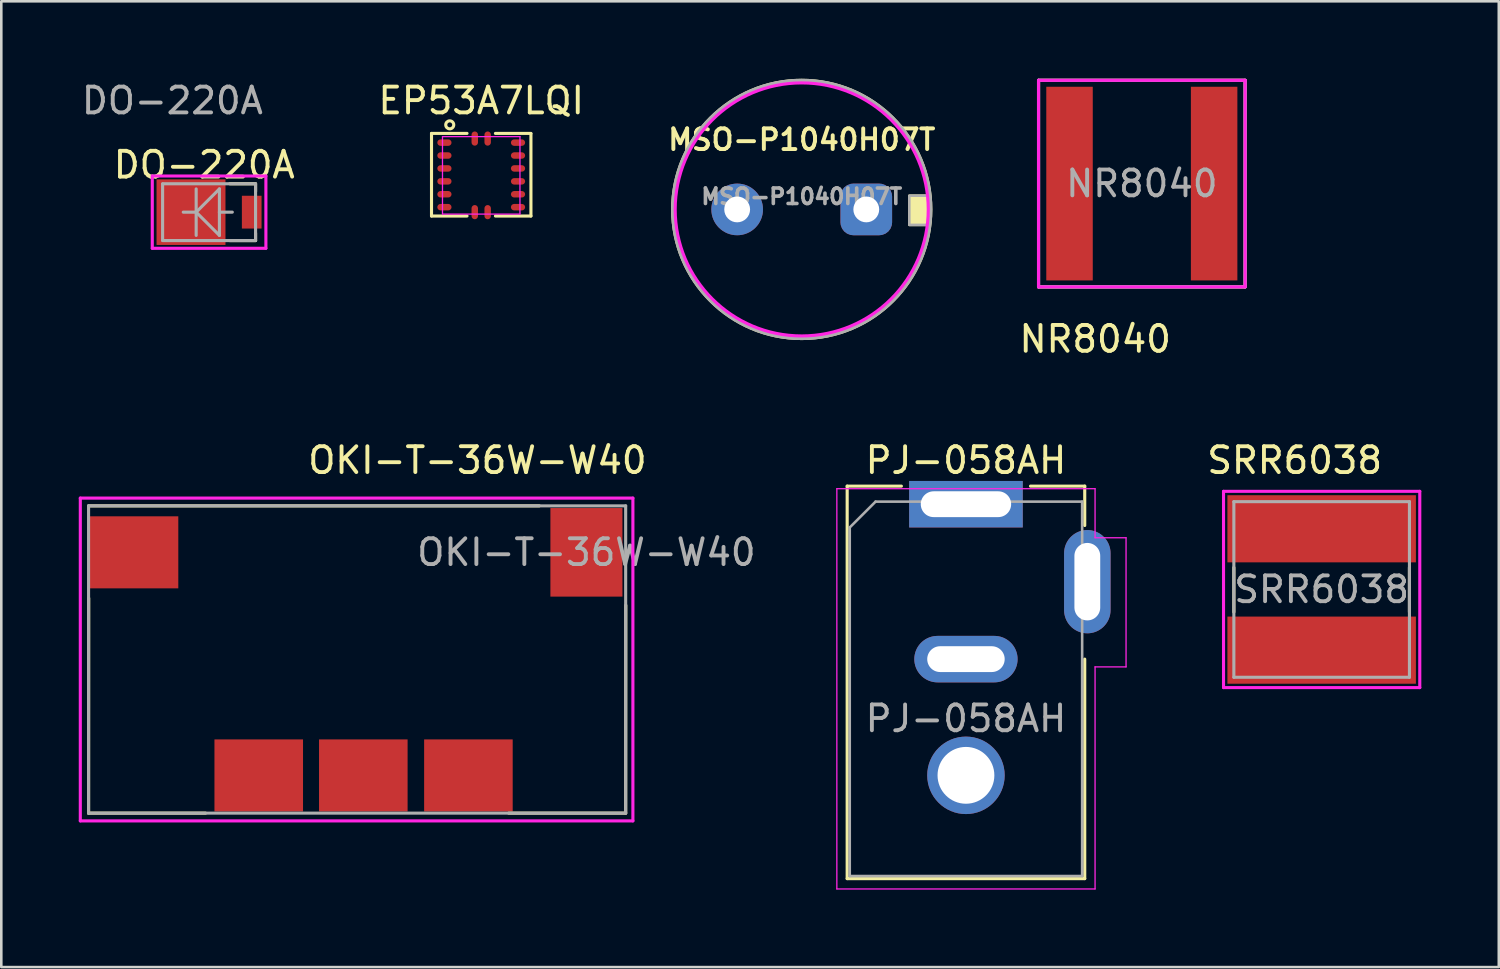
<source format=kicad_pcb>
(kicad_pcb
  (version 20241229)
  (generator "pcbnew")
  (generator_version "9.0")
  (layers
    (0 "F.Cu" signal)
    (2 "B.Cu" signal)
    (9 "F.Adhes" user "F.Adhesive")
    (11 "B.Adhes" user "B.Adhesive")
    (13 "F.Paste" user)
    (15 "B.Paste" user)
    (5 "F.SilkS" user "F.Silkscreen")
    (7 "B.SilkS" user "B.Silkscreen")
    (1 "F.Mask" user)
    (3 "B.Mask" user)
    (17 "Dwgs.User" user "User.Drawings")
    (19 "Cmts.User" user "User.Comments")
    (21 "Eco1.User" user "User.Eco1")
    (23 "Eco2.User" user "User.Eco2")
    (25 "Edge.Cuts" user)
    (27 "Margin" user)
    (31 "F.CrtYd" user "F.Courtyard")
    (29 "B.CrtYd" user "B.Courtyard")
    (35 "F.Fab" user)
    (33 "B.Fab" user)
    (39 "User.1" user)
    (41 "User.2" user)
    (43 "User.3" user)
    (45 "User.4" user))
  (footprint "DO-220A"
    (layer "F.Cu")
    (at 5.047 5.166)
    (property "Reference" "DO-220A" (at -0.188 -1.831 0) (layer "F.SilkS") (effects (font (size 1 1) (thickness 0.15))))
    (attr through_hole)
    (fp_line (start 0.8 -1.1) (end 1.8 -1.1) (stroke (width 0.12) (type solid)) (layer "F.SilkS"))
    (fp_line (start 0.8 1.1) (end 1.8 1.1) (stroke (width 0.12) (type solid)) (layer "F.SilkS"))
    (fp_line (start 1.8 -1.09) (end 1.8 -0.8) (stroke (width 0.12) (type solid)) (layer "F.SilkS"))
    (fp_line (start 1.8 1.1) (end 1.8 0.81) (stroke (width 0.12) (type solid)) (layer "F.SilkS"))
    (fp_line (start -2.2 -1.4) (end -2.2 1.4) (stroke (width 0.12) (type solid)) (layer "F.CrtYd"))
    (fp_line (start -2.2 1.4) (end 2.2 1.4) (stroke (width 0.12) (type solid)) (layer "F.CrtYd"))
    (fp_line (start 2.2 -1.4) (end -2.2 -1.4) (stroke (width 0.12) (type solid)) (layer "F.CrtYd"))
    (fp_line (start 2.2 1.4) (end 2.2 -1.4) (stroke (width 0.12) (type solid)) (layer "F.CrtYd"))
    (fp_line (start -1.8 -1.09) (end -1.8 1.09) (stroke (width 0.12) (type solid)) (layer "F.Fab"))
    (fp_line (start -0.5 0) (end -1 0) (stroke (width 0.12) (type solid)) (layer "F.Fab"))
    (fp_line (start -0.5 0) (end -0.5 -0.9) (stroke (width 0.12) (type solid)) (layer "F.Fab"))
    (fp_line (start -0.5 0) (end -0.5 0.9) (stroke (width 0.12) (type solid)) (layer "F.Fab"))
    (fp_line (start 0.4 -0.9) (end -0.5 0) (stroke (width 0.12) (type solid)) (layer "F.Fab"))
    (fp_line (start 0.4 0) (end 0.4 -0.9) (stroke (width 0.12) (type solid)) (layer "F.Fab"))
    (fp_line (start 0.4 0) (end 0.4 0.9) (stroke (width 0.12) (type solid)) (layer "F.Fab"))
    (fp_line (start 0.4 0) (end 0.9 0) (stroke (width 0.12) (type solid)) (layer "F.Fab"))
    (fp_line (start 0.4 0.9) (end -0.5 0) (stroke (width 0.12) (type solid)) (layer "F.Fab"))
    (fp_line (start 1.8 -1.1) (end -1.8 -1.1) (stroke (width 0.12) (type solid)) (layer "F.Fab"))
    (fp_line (start 1.8 -1.09) (end 1.8 1.09) (stroke (width 0.12) (type solid)) (layer "F.Fab"))
    (fp_line (start 1.8 1.1) (end -1.8 1.1) (stroke (width 0.12) (type solid)) (layer "F.Fab"))
    (fp_text user "${REFERENCE}" (at -1.422 -4.318 0) (layer "F.Fab") (effects (font (size 1 1) (thickness 0.15))))
    (pad "1" smd rect (at -0.7 0) (size 2.67 2.54) (layers "F.Cu" "F.Mask" "F.Paste"))
    (pad "2" smd rect (at 1.651 0) (size 0.762 1.27) (layers "F.Cu" "F.Mask" "F.Paste")))
  (footprint "NR8040"
    (layer "F.Cu")
    (at 41.169 4.06)
    (property "Reference" "NR8040" (at -1.806 6.02 0) (layer "F.SilkS") (effects (font (size 1 1) (thickness 0.15))))
    (attr through_hole)
    (fp_line (start -4 -4) (end -4 4) (stroke (width 0.12) (type solid)) (layer "F.SilkS"))
    (fp_line (start -4 -4) (end 4 -4) (stroke (width 0.12) (type solid)) (layer "F.SilkS"))
    (fp_line (start 4 4) (end -4 4) (stroke (width 0.12) (type solid)) (layer "F.SilkS"))
    (fp_line (start 4 4) (end 4 -4) (stroke (width 0.12) (type solid)) (layer "F.SilkS"))
    (fp_line (start -4 -4) (end -4 4) (stroke (width 0.12) (type solid)) (layer "F.CrtYd"))
    (fp_line (start -4 -4) (end 4 -4) (stroke (width 0.12) (type solid)) (layer "F.CrtYd"))
    (fp_line (start 4 -4) (end 4 4) (stroke (width 0.12) (type solid)) (layer "F.CrtYd"))
    (fp_line (start 4 4) (end -4 4) (stroke (width 0.12) (type solid)) (layer "F.CrtYd"))
    (fp_line (start -4 -4) (end -4 4) (stroke (width 0.12) (type solid)) (layer "F.Fab"))
    (fp_line (start 4 -4) (end -4 -4) (stroke (width 0.12) (type solid)) (layer "F.Fab"))
    (fp_line (start 4 -4) (end 4 4) (stroke (width 0.12) (type solid)) (layer "F.Fab"))
    (fp_line (start 4 4) (end -4 4) (stroke (width 0.12) (type solid)) (layer "F.Fab"))
    (fp_text user "${REFERENCE}" (at 0 0 0) (layer "F.Fab") (effects (font (size 1 1) (thickness 0.15))))
    (pad "1" smd rect (at -2.8 0) (size 1.8 7.5) (layers "F.Cu" "F.Mask" "F.Paste"))
    (pad "2" smd rect (at 2.8 0) (size 1.8 7.5) (layers "F.Cu" "F.Mask" "F.Paste")))
  (footprint "MSO-P1040H07T"
    (layer "F.Cu")
    (at 27.998 5.06)
    (property "Reference" "MSO-P1040H07T" (at 0 -2.7 0) (layer "F.SilkS") (effects (font (size 0.8 0.8) (thickness 0.153))))
    (attr through_hole)
    (fp_circle (center 0 0) (end 5 0) (stroke (width 0.12) (type solid)) (fill no) (layer "F.SilkS"))
    (fp_poly (pts (xy 4.94 0.599) (xy 4.168 0.599) (xy 4.168 -0.531) (xy 4.94 -0.531)) (stroke (width 0.1) (type solid)) (fill yes) (layer "F.SilkS"))
    (fp_circle (center 0 0) (end 4.9 0) (stroke (width 0.12) (type solid)) (fill no) (layer "F.CrtYd"))
    (fp_circle (center 0 0) (end 5 0) (stroke (width 0.12) (type solid)) (fill no) (layer "F.Fab"))
    (fp_poly (pts (xy 4.94 0.599) (xy 4.168 0.599) (xy 4.168 -0.531) (xy 4.94 -0.531)) (stroke (width 0.1) (type solid)) (fill no) (layer "F.Fab"))
    (fp_text user "${REFERENCE}" (at 0 -0.5 0) (layer "F.Fab") (effects (font (size 0.6 0.6) (thickness 0.14))))
    (pad "1" thru_hole roundrect (at 2.5 0) (size 2 2) (drill 1) (layers "*.Cu" "*.Mask") (roundrect_rratio 0.25))
    (pad "2" thru_hole circle (at -2.5 0) (size 2 2) (drill 1) (layers "*.Cu" "*.Mask")))
  (footprint "EP53A7LQI"
    (layer "F.Cu")
    (at 15.586 3.741)
    (property "Reference" "EP53A7LQI" (at 0 -2.893 0) (layer "F.SilkS") (effects (font (size 1 1) (thickness 0.15))))
    (attr smd)
    (fp_line (start -1.925 -1.625) (end -0.55 -1.625) (stroke (width 0.12) (type solid)) (layer "F.SilkS"))
    (fp_line (start -1.925 1.575) (end -1.925 -1.623) (stroke (width 0.12) (type solid)) (layer "F.SilkS"))
    (fp_line (start -1.925 1.575) (end -0.55 1.575) (stroke (width 0.12) (type solid)) (layer "F.SilkS"))
    (fp_line (start 1.925 -1.625) (end 0.55 -1.625) (stroke (width 0.12) (type solid)) (layer "F.SilkS"))
    (fp_line (start 1.925 -1.61) (end 1.925 1.575) (stroke (width 0.12) (type solid)) (layer "F.SilkS"))
    (fp_line (start 1.925 1.575) (end 0.55 1.575) (stroke (width 0.12) (type solid)) (layer "F.SilkS"))
    (fp_circle (center -1.219 -1.956) (end -1.064 -1.956) (stroke (width 0.12) (type solid)) (fill no) (layer "F.SilkS"))
    (fp_line (start -1.5 -1.5) (end -1.5 1.5) (stroke (width 0.05) (type solid)) (layer "F.CrtYd"))
    (fp_line (start -1.5 -1.5) (end 1.5 -1.5) (stroke (width 0.05) (type solid)) (layer "F.CrtYd"))
    (fp_line (start 1.5 -1.5) (end 1.5 1.5) (stroke (width 0.05) (type solid)) (layer "F.CrtYd"))
    (fp_line (start 1.5 1.5) (end -1.5 1.5) (stroke (width 0.05) (type solid)) (layer "F.CrtYd"))
    (pad "1" smd roundrect (at -1.425 -1.268 270) (size 0.25 0.55) (layers "F.Cu" "F.Mask" "F.Paste") (roundrect_rratio 0.5))
    (pad "2" smd roundrect (at -1.425 -0.768 270) (size 0.25 0.55) (layers "F.Cu" "F.Mask" "F.Paste") (roundrect_rratio 0.5))
    (pad "3" smd roundrect (at -1.425 -0.268 270) (size 0.25 0.55) (layers "F.Cu" "F.Mask" "F.Paste") (roundrect_rratio 0.5))
    (pad "4" smd roundrect (at -1.425 0.232 270) (size 0.25 0.55) (layers "F.Cu" "F.Mask" "F.Paste") (roundrect_rratio 0.5))
    (pad "5" smd roundrect (at -1.425 0.732 270) (size 0.25 0.55) (layers "F.Cu" "F.Mask" "F.Paste") (roundrect_rratio 0.5))
    (pad "6" smd roundrect (at -1.425 1.232 270) (size 0.25 0.55) (layers "F.Cu" "F.Mask" "F.Paste") (roundrect_rratio 0.5))
    (pad "7" smd roundrect (at -0.25 1.425) (size 0.25 0.55) (layers "F.Cu" "F.Mask" "F.Paste") (roundrect_rratio 0.5))
    (pad "8" smd roundrect (at 0.25 1.425 180) (size 0.25 0.55) (layers "F.Cu" "F.Mask" "F.Paste") (roundrect_rratio 0.5))
    (pad "9" smd roundrect (at 1.425 1.232 270) (size 0.25 0.55) (layers "F.Cu" "F.Mask" "F.Paste") (roundrect_rratio 0.5))
    (pad "10" smd roundrect (at 1.425 0.732 270) (size 0.25 0.55) (layers "F.Cu" "F.Mask" "F.Paste") (roundrect_rratio 0.5))
    (pad "11" smd roundrect (at 1.425 0.232 270) (size 0.25 0.55) (layers "F.Cu" "F.Mask" "F.Paste") (roundrect_rratio 0.5))
    (pad "12" smd roundrect (at 1.425 -0.268 270) (size 0.25 0.55) (layers "F.Cu" "F.Mask" "F.Paste") (roundrect_rratio 0.5))
    (pad "13" smd roundrect (at 1.425 -0.768 270) (size 0.25 0.55) (layers "F.Cu" "F.Mask" "F.Paste") (roundrect_rratio 0.5))
    (pad "14" smd roundrect (at 1.425 -1.268 270) (size 0.25 0.55) (layers "F.Cu" "F.Mask" "F.Paste") (roundrect_rratio 0.5))
    (pad "15" smd roundrect (at 0.25 -1.425) (size 0.25 0.55) (layers "F.Cu" "F.Mask" "F.Paste") (roundrect_rratio 0.5))
    (pad "16" smd roundrect (at -0.25 -1.425) (size 0.25 0.55) (layers "F.Cu" "F.Mask" "F.Paste") (roundrect_rratio 0.5)))
  (footprint "OKI-T-36W-W40"
    (layer "F.Cu")
    (at 19.66 18.34)
    (property "Reference" "OKI-T-36W-W40" (at -4.221 -3.564 0) (layer "F.SilkS") (effects (font (size 1 1) (thickness 0.15))))
    (attr through_hole)
    (fp_line (start -19.28 10.1) (end -19.275 1.775) (stroke (width 0.12) (type solid)) (layer "F.SilkS"))
    (fp_line (start -19.28 10.1) (end -14.75 10.1) (stroke (width 0.12) (type solid)) (layer "F.SilkS"))
    (fp_line (start -1.825 -1.8) (end -19.28 -1.8) (stroke (width 0.12) (type solid)) (layer "F.SilkS"))
    (fp_line (start 1.52 10.1) (end -3.01 10.1) (stroke (width 0.12) (type solid)) (layer "F.SilkS"))
    (fp_line (start 1.525 2.05) (end 1.52 10.1) (stroke (width 0.12) (type solid)) (layer "F.SilkS"))
    (fp_line (start -19.6 10.4) (end -19.6 -2.1) (stroke (width 0.12) (type solid)) (layer "F.CrtYd"))
    (fp_line (start 1.8 -2.1) (end -19.6 -2.1) (stroke (width 0.12) (type solid)) (layer "F.CrtYd"))
    (fp_line (start 1.8 -2.1) (end 1.8 10.4) (stroke (width 0.12) (type solid)) (layer "F.CrtYd"))
    (fp_line (start 1.8 10.4) (end -19.6 10.4) (stroke (width 0.12) (type solid)) (layer "F.CrtYd"))
    (fp_line (start -19.28 10.1) (end -19.28 -1.8) (stroke (width 0.12) (type solid)) (layer "F.Fab"))
    (fp_line (start 1.52 -1.8) (end -19.28 -1.8) (stroke (width 0.12) (type solid)) (layer "F.Fab"))
    (fp_line (start 1.52 10.1) (end -19.28 10.1) (stroke (width 0.12) (type solid)) (layer "F.Fab"))
    (fp_line (start 1.52 10.1) (end 1.52 -1.8) (stroke (width 0.12) (type solid)) (layer "F.Fab"))
    (fp_text user "${REFERENCE}" (at 0 0 0) (layer "F.Fab") (effects (font (size 1 1) (thickness 0.15))))
    (pad "1" smd rect (at 0 0 270) (size 3.43 2.79) (layers "F.Cu" "F.Mask" "F.Paste"))
    (pad "2" smd rect (at -17.52 0) (size 3.43 2.79) (layers "F.Cu" "F.Mask" "F.Paste"))
    (pad "3" smd rect (at -12.69 8.64) (size 3.43 2.79) (layers "F.Cu" "F.Mask" "F.Paste"))
    (pad "4" smd rect (at -8.64 8.64) (size 3.43 2.79) (layers "F.Cu" "F.Mask" "F.Paste"))
    (pad "5" smd rect (at -4.57 8.64) (size 3.43 2.79) (layers "F.Cu" "F.Mask" "F.Paste")))
  (footprint "SRR6038"
    (layer "F.Cu")
    (at 48.133 19.778)
    (property "Reference" "SRR6038" (at -1.044 -5.001 0) (layer "F.SilkS") (effects (font (size 1 1) (thickness 0.15))))
    (attr through_hole)
    (fp_line (start -3.4 0.875) (end -3.4 -0.85) (stroke (width 0.12) (type solid)) (layer "F.SilkS"))
    (fp_line (start 3.4 0.875) (end 3.4 -0.85) (stroke (width 0.12) (type solid)) (layer "F.SilkS"))
    (fp_line (start -3.8 -3.8) (end 3.8 -3.8) (stroke (width 0.12) (type solid)) (layer "F.CrtYd"))
    (fp_line (start -3.8 3.8) (end -3.8 -3.8) (stroke (width 0.12) (type solid)) (layer "F.CrtYd"))
    (fp_line (start 3.8 -3.8) (end 3.8 3.8) (stroke (width 0.12) (type solid)) (layer "F.CrtYd"))
    (fp_line (start 3.8 3.8) (end -3.8 3.8) (stroke (width 0.12) (type solid)) (layer "F.CrtYd"))
    (fp_line (start -3.4 -3.4) (end 3.4 -3.4) (stroke (width 0.12) (type solid)) (layer "F.Fab"))
    (fp_line (start -3.4 3.4) (end -3.4 -3.4) (stroke (width 0.12) (type solid)) (layer "F.Fab"))
    (fp_line (start -3.4 3.4) (end 3.4 3.4) (stroke (width 0.12) (type solid)) (layer "F.Fab"))
    (fp_line (start 3.4 3.4) (end 3.4 -3.4) (stroke (width 0.12) (type solid)) (layer "F.Fab"))
    (fp_text user "${REFERENCE}" (at 0 0 0) (layer "F.Fab") (effects (font (size 1 1) (thickness 0.15))))
    (pad "1" smd rect (at 0 2.35) (size 7.3 2.6) (layers "F.Cu" "F.Mask" "F.Paste"))
    (pad "2" smd rect (at 0 -2.35) (size 7.3 2.6) (layers "F.Cu" "F.Mask" "F.Paste")))
  (footprint "PJ-058AH"
    (layer "F.Cu")
    (at 34.358 17.276)
    (property "Reference" "PJ-058AH" (at 0 -2.5 0) (layer "F.SilkS") (effects (font (size 1 1) (thickness 0.15))))
    (attr through_hole)
    (fp_line (start -4.6 -1.5) (end -2.5 -1.5) (stroke (width 0.12) (type solid)) (layer "F.SilkS"))
    (fp_line (start -4.6 13.7) (end -4.6 -1.5) (stroke (width 0.12) (type solid)) (layer "F.SilkS"))
    (fp_line (start 2.5 -1.5) (end 4.6 -1.5) (stroke (width 0.12) (type solid)) (layer "F.SilkS"))
    (fp_line (start 4.6 -1.5) (end 4.6 0.025) (stroke (width 0.12) (type solid)) (layer "F.SilkS"))
    (fp_line (start 4.6 5.2) (end 4.6 13.7) (stroke (width 0.12) (type solid)) (layer "F.SilkS"))
    (fp_line (start 4.6 13.7) (end -4.6 13.7) (stroke (width 0.12) (type solid)) (layer "F.SilkS"))
    (fp_line (start -5 -1.4) (end -5 14.1) (stroke (width 0.05) (type solid)) (layer "F.CrtYd"))
    (fp_line (start -5 14.1) (end 5 14.1) (stroke (width 0.05) (type solid)) (layer "F.CrtYd"))
    (fp_line (start 5 -1.4) (end -5 -1.4) (stroke (width 0.05) (type solid)) (layer "F.CrtYd"))
    (fp_line (start 5 0.5) (end 5 -1.4) (stroke (width 0.05) (type solid)) (layer "F.CrtYd"))
    (fp_line (start 5 14.1) (end 5 5.5) (stroke (width 0.05) (type solid)) (layer "F.CrtYd"))
    (fp_line (start 6.2 0.5) (end 5 0.5) (stroke (width 0.05) (type solid)) (layer "F.CrtYd"))
    (fp_line (start 6.2 0.5) (end 6.2 5.5) (stroke (width 0.05) (type solid)) (layer "F.CrtYd"))
    (fp_line (start 6.2 5.5) (end 5 5.5) (stroke (width 0.05) (type solid)) (layer "F.CrtYd"))
    (fp_line (start -4.5 0.1) (end -3.5 -0.9) (stroke (width 0.1) (type solid)) (layer "F.Fab"))
    (fp_line (start -4.5 13.6) (end -4.5 0.1) (stroke (width 0.1) (type solid)) (layer "F.Fab"))
    (fp_line (start 4.5 -0.9) (end -3.5 -0.9) (stroke (width 0.1) (type solid)) (layer "F.Fab"))
    (fp_line (start 4.5 -0.9) (end 4.5 13.6) (stroke (width 0.1) (type solid)) (layer "F.Fab"))
    (fp_line (start 4.5 13.6) (end -4.5 13.6) (stroke (width 0.1) (type solid)) (layer "F.Fab"))
    (fp_text user "${REFERENCE}" (at 0 7.5 0) (layer "F.Fab") (effects (font (size 1 1) (thickness 0.15))))
    (pad "" thru_hole circle (at 0 9.7) (size 3 3) (drill 2.2) (layers "*.Cu" "*.Mask"))
    (pad "1" thru_hole rect (at 0 -0.8) (size 4.4 1.8) (drill oval 3.5 1) (layers "*.Cu" "*.Mask"))
    (pad "2" thru_hole oval (at 0 5.2) (size 4 1.8) (drill oval 3 1) (layers "*.Cu" "*.Mask"))
    (pad "3" thru_hole oval (at 4.7 2.2 90) (size 4 1.8) (drill oval 3 1) (layers "*.Cu" "*.Mask")))
  (gr_rect
    (start -3 -3)
    (end 54.993 34.401)
    (stroke (width 0.1) (type default))
    (fill no)
    (layer "Edge.Cuts")))
</source>
